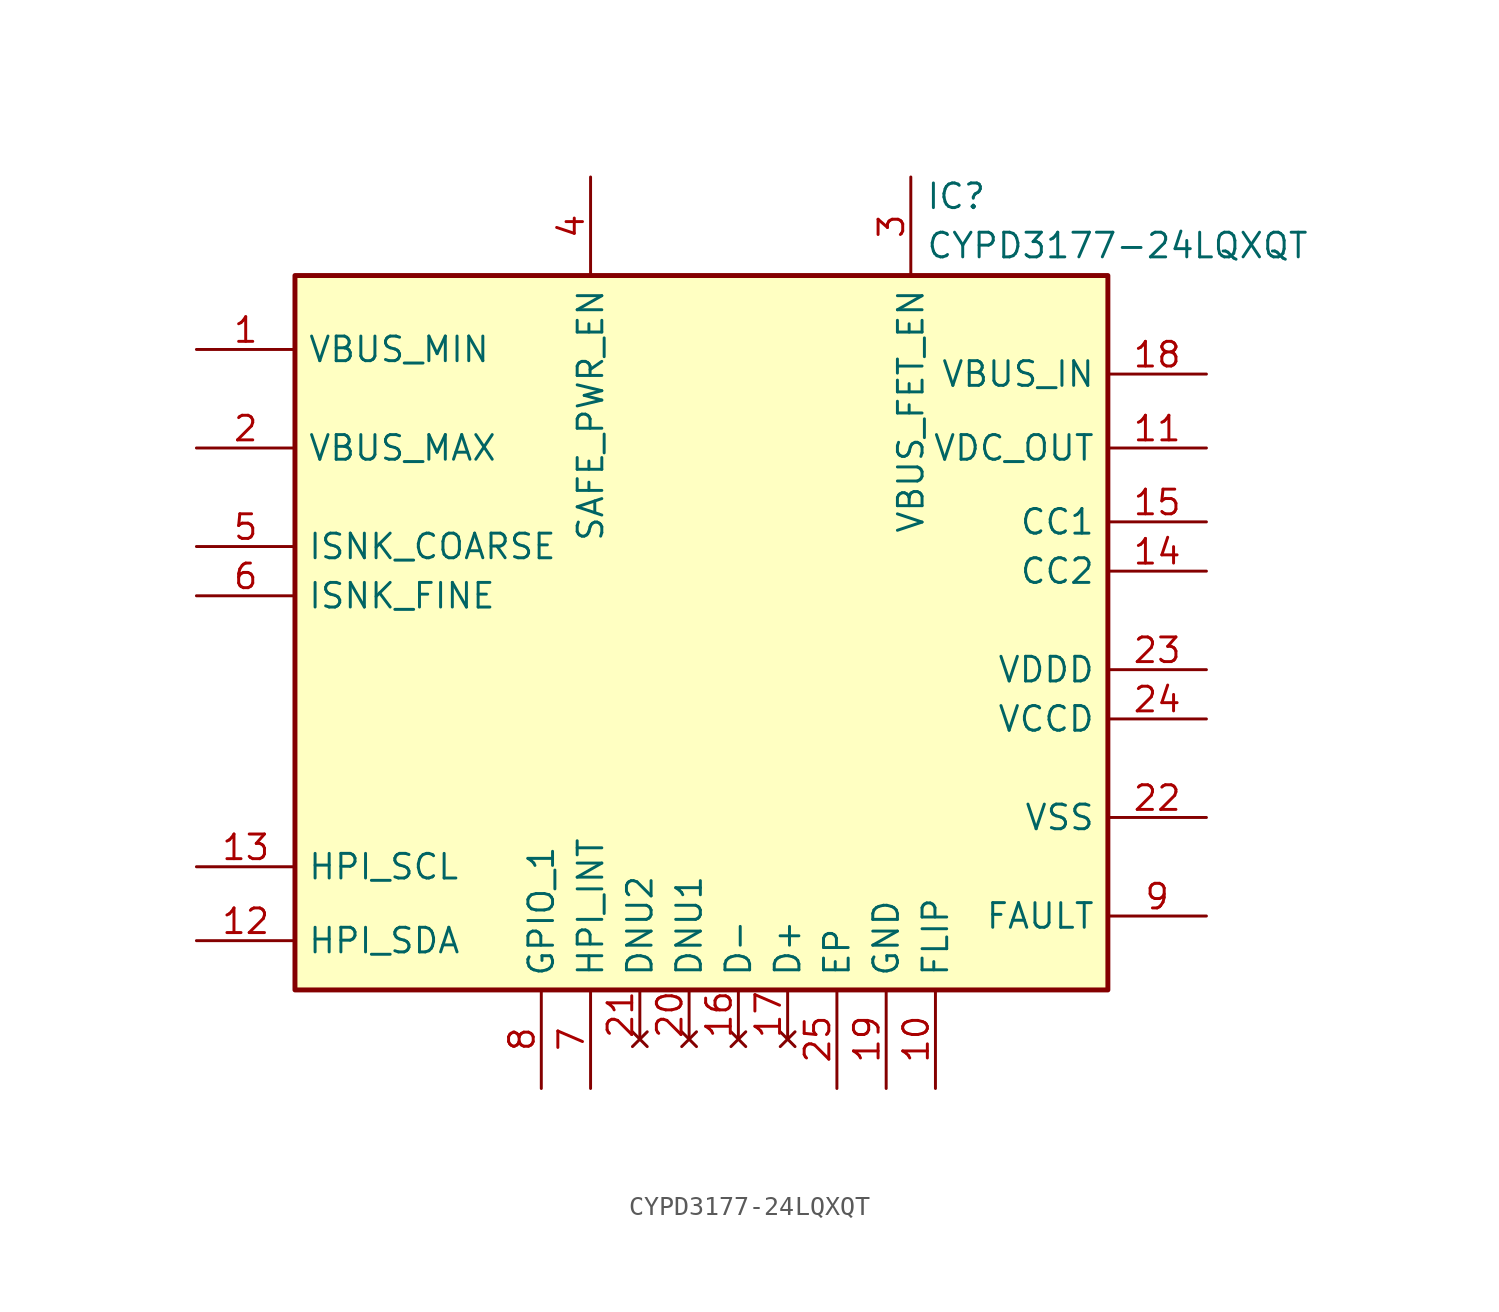
<source format=kicad_sym>
(kicad_symbol_lib
  (version 20231120)
  (generator "kicad_symbol_editor")
  (generator_version "8.0")
  (symbol "CYPD3177-24LQXQT"
    (pin_names
      (offset 0.635))
    (property "Reference" "IC"
      (at 29.972 18.796 0)
      (effects (font (size 1.27 1.27)) (justify left top)))
    (property "Value" "CYPD3177-24LQXQT"
      (at 29.972 16.256 0)
      (effects (font (size 1.27 1.27)) (justify left top)))
    (symbol "CYPD3177-24LQXQT_1_1"
      (rectangle (start -2.54 13.97) (end 39.37 -22.86) (stroke (width 0.254) (type default)) (fill (type background)))
      (pin passive line (at -7.62 10.16 0) (length 5.08) (name "VBUS_MIN" (effects (font (size 1.27 1.27)))) (number "1" (effects (font (size 1.27 1.27)))))
      (pin passive line (at 30.48 -27.94 90) (length 5.08) (name "FLIP" (effects (font (size 1.27 1.27)))) (number "10" (effects (font (size 1.27 1.27)))))
      (pin passive line (at 44.45 5.08 180) (length 5.08) (name "VDC_OUT" (effects (font (size 1.27 1.27)))) (number "11" (effects (font (size 1.27 1.27)))))
      (pin passive line (at -7.62 -20.32 0) (length 5.08) (name "HPI_SDA" (effects (font (size 1.27 1.27)))) (number "12" (effects (font (size 1.27 1.27)))))
      (pin passive line (at -7.62 -16.51 0) (length 5.08) (name "HPI_SCL" (effects (font (size 1.27 1.27)))) (number "13" (effects (font (size 1.27 1.27)))))
      (pin passive line (at 44.45 -1.27 180) (length 5.08) (name "CC2" (effects (font (size 1.27 1.27)))) (number "14" (effects (font (size 1.27 1.27)))))
      (pin passive line (at 44.45 1.27 180) (length 5.08) (name "CC1" (effects (font (size 1.27 1.27)))) (number "15" (effects (font (size 1.27 1.27)))))
      (pin no_connect line (at 20.32 -25.4 90) (length 2.54) (name "D-" (effects (font (size 1.27 1.27)))) (number "16" (effects (font (size 1.27 1.27)))))
      (pin no_connect line (at 22.86 -25.4 90) (length 2.54) (name "D+" (effects (font (size 1.27 1.27)))) (number "17" (effects (font (size 1.27 1.27)))))
      (pin passive line (at 44.45 8.89 180) (length 5.08) (name "VBUS_IN" (effects (font (size 1.27 1.27)))) (number "18" (effects (font (size 1.27 1.27)))))
      (pin passive line (at 27.94 -27.94 90) (length 5.08) (name "GND" (effects (font (size 1.27 1.27)))) (number "19" (effects (font (size 1.27 1.27)))))
      (pin passive line (at -7.62 5.08 0) (length 5.08) (name "VBUS_MAX" (effects (font (size 1.27 1.27)))) (number "2" (effects (font (size 1.27 1.27)))))
      (pin no_connect line (at 17.78 -25.4 90) (length 2.54) (name "DNU1" (effects (font (size 1.27 1.27)))) (number "20" (effects (font (size 1.27 1.27)))))
      (pin no_connect line (at 15.24 -25.4 90) (length 2.54) (name "DNU2" (effects (font (size 1.27 1.27)))) (number "21" (effects (font (size 1.27 1.27)))))
      (pin passive line (at 44.45 -13.97 180) (length 5.08) (name "VSS" (effects (font (size 1.27 1.27)))) (number "22" (effects (font (size 1.27 1.27)))))
      (pin passive line (at 44.45 -6.35 180) (length 5.08) (name "VDDD" (effects (font (size 1.27 1.27)))) (number "23" (effects (font (size 1.27 1.27)))))
      (pin passive line (at 44.45 -8.89 180) (length 5.08) (name "VCCD" (effects (font (size 1.27 1.27)))) (number "24" (effects (font (size 1.27 1.27)))))
      (pin passive line (at 25.4 -27.94 90) (length 5.08) (name "EP" (effects (font (size 1.27 1.27)))) (number "25" (effects (font (size 1.27 1.27)))))
      (pin passive line (at 29.21 19.05 270) (length 5.08) (name "VBUS_FET_EN" (effects (font (size 1.27 1.27)))) (number "3" (effects (font (size 1.27 1.27)))))
      (pin passive line (at 12.7 19.05 270) (length 5.08) (name "SAFE_PWR_EN" (effects (font (size 1.27 1.27)))) (number "4" (effects (font (size 1.27 1.27)))))
      (pin passive line (at -7.62 0 0) (length 5.08) (name "ISNK_COARSE" (effects (font (size 1.27 1.27)))) (number "5" (effects (font (size 1.27 1.27)))))
      (pin passive line (at -7.62 -2.54 0) (length 5.08) (name "ISNK_FINE" (effects (font (size 1.27 1.27)))) (number "6" (effects (font (size 1.27 1.27)))))
      (pin passive line (at 12.7 -27.94 90) (length 5.08) (name "HPI_INT" (effects (font (size 1.27 1.27)))) (number "7" (effects (font (size 1.27 1.27)))))
      (pin passive line (at 10.16 -27.94 90) (length 5.08) (name "GPIO_1" (effects (font (size 1.27 1.27)))) (number "8" (effects (font (size 1.27 1.27)))))
      (pin passive line (at 44.45 -19.05 180) (length 5.08) (name "FAULT" (effects (font (size 1.27 1.27)))) (number "9" (effects (font (size 1.27 1.27))))))))
</source>
